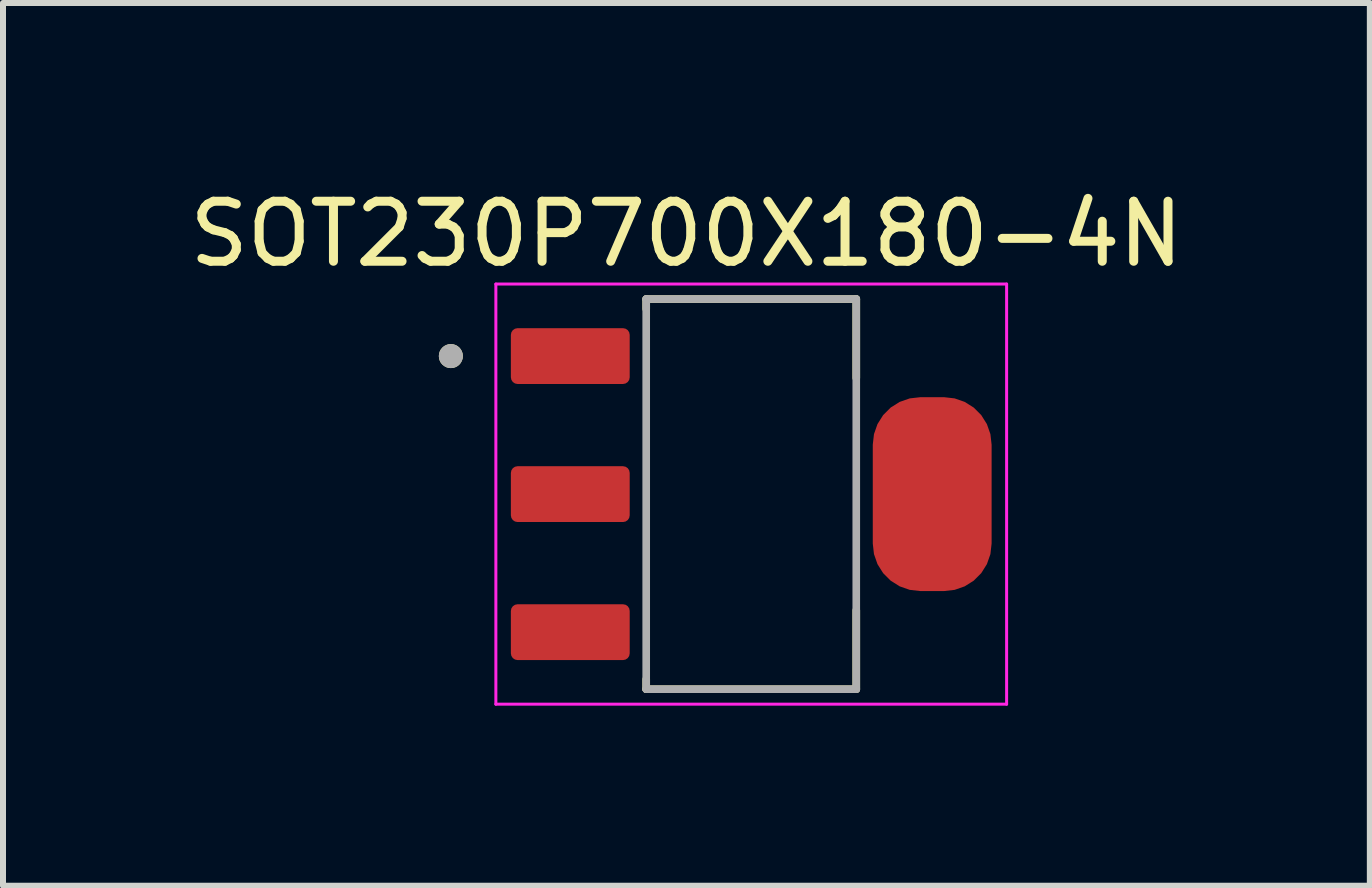
<source format=kicad_pcb>
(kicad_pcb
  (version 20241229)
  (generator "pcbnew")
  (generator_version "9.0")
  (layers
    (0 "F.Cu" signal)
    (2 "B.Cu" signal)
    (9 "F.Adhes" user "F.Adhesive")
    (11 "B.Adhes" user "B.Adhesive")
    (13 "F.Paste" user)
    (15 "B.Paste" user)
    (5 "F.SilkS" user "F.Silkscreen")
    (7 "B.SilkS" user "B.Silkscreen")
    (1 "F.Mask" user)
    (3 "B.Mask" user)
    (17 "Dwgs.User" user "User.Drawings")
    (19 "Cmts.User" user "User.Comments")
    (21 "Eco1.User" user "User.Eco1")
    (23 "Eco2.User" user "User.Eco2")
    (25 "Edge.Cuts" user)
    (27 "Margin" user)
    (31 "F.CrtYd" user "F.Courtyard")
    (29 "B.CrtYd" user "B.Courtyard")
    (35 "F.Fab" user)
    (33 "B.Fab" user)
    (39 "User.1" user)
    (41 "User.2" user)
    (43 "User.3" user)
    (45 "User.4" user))
  (footprint "SOT230P700X180-4N"
    (layer "F.Cu")
    (at 9.467 5.183)
    (property "Reference" "SOT230P700X180-4N" (at -1.08 -4.335 0) (layer "F.SilkS") (effects (font (size 1 1) (thickness 0.15))))
    (attr smd)
    (fp_line (start -1.75 -3.25) (end -1.75 -3.085) (stroke (width 0.127) (type solid)) (layer "F.SilkS"))
    (fp_line (start -1.75 3.25) (end -1.75 3.085) (stroke (width 0.127) (type solid)) (layer "F.SilkS"))
    (fp_line (start -1.75 3.25) (end 1.75 3.25) (stroke (width 0.127) (type solid)) (layer "F.SilkS"))
    (fp_line (start 1.75 -3.25) (end -1.75 -3.25) (stroke (width 0.127) (type solid)) (layer "F.SilkS"))
    (fp_line (start 1.75 -1.935) (end 1.75 -3.25) (stroke (width 0.127) (type solid)) (layer "F.SilkS"))
    (fp_line (start 1.75 3.25) (end 1.75 1.935) (stroke (width 0.127) (type solid)) (layer "F.SilkS"))
    (fp_circle (center -5.005 -2.3) (end -4.905 -2.3) (stroke (width 0.2) (type solid)) (fill no) (layer "F.SilkS"))
    (fp_line (start -4.255 -3.5) (end -4.255 3.5) (stroke (width 0.05) (type solid)) (layer "F.CrtYd"))
    (fp_line (start -4.255 3.5) (end 4.255 3.5) (stroke (width 0.05) (type solid)) (layer "F.CrtYd"))
    (fp_line (start 4.255 -3.5) (end -4.255 -3.5) (stroke (width 0.05) (type solid)) (layer "F.CrtYd"))
    (fp_line (start 4.255 3.5) (end 4.255 -3.5) (stroke (width 0.05) (type solid)) (layer "F.CrtYd"))
    (fp_line (start -1.75 -3.25) (end -1.75 3.25) (stroke (width 0.127) (type solid)) (layer "F.Fab"))
    (fp_line (start -1.75 3.25) (end 1.75 3.25) (stroke (width 0.127) (type solid)) (layer "F.Fab"))
    (fp_line (start 1.75 -3.25) (end -1.75 -3.25) (stroke (width 0.127) (type solid)) (layer "F.Fab"))
    (fp_line (start 1.75 3.25) (end 1.75 -3.25) (stroke (width 0.127) (type solid)) (layer "F.Fab"))
    (fp_circle (center -5.005 -2.3) (end -4.905 -2.3) (stroke (width 0.2) (type solid)) (fill no) (layer "F.Fab"))
    (pad "1" smd roundrect (at -3.015 -2.3) (size 1.98 0.93) (layers "F.Cu" "F.Mask" "F.Paste") (roundrect_rratio 0.12))
    (pad "2" smd roundrect (at -3.015 0) (size 1.98 0.93) (layers "F.Cu" "F.Mask" "F.Paste") (roundrect_rratio 0.12))
    (pad "3" smd roundrect (at -3.015 2.3) (size 1.98 0.93) (layers "F.Cu" "F.Mask" "F.Paste") (roundrect_rratio 0.12))
    (pad "4" smd roundrect (at 3.015 0) (size 1.98 3.23) (layers "F.Cu" "F.Mask" "F.Paste") (roundrect_rratio 0.4)))
  (gr_rect
    (start -3 -3)
    (end 19.774 11.708)
    (stroke (width 0.1) (type default))
    (fill no)
    (layer "Edge.Cuts")))
</source>
